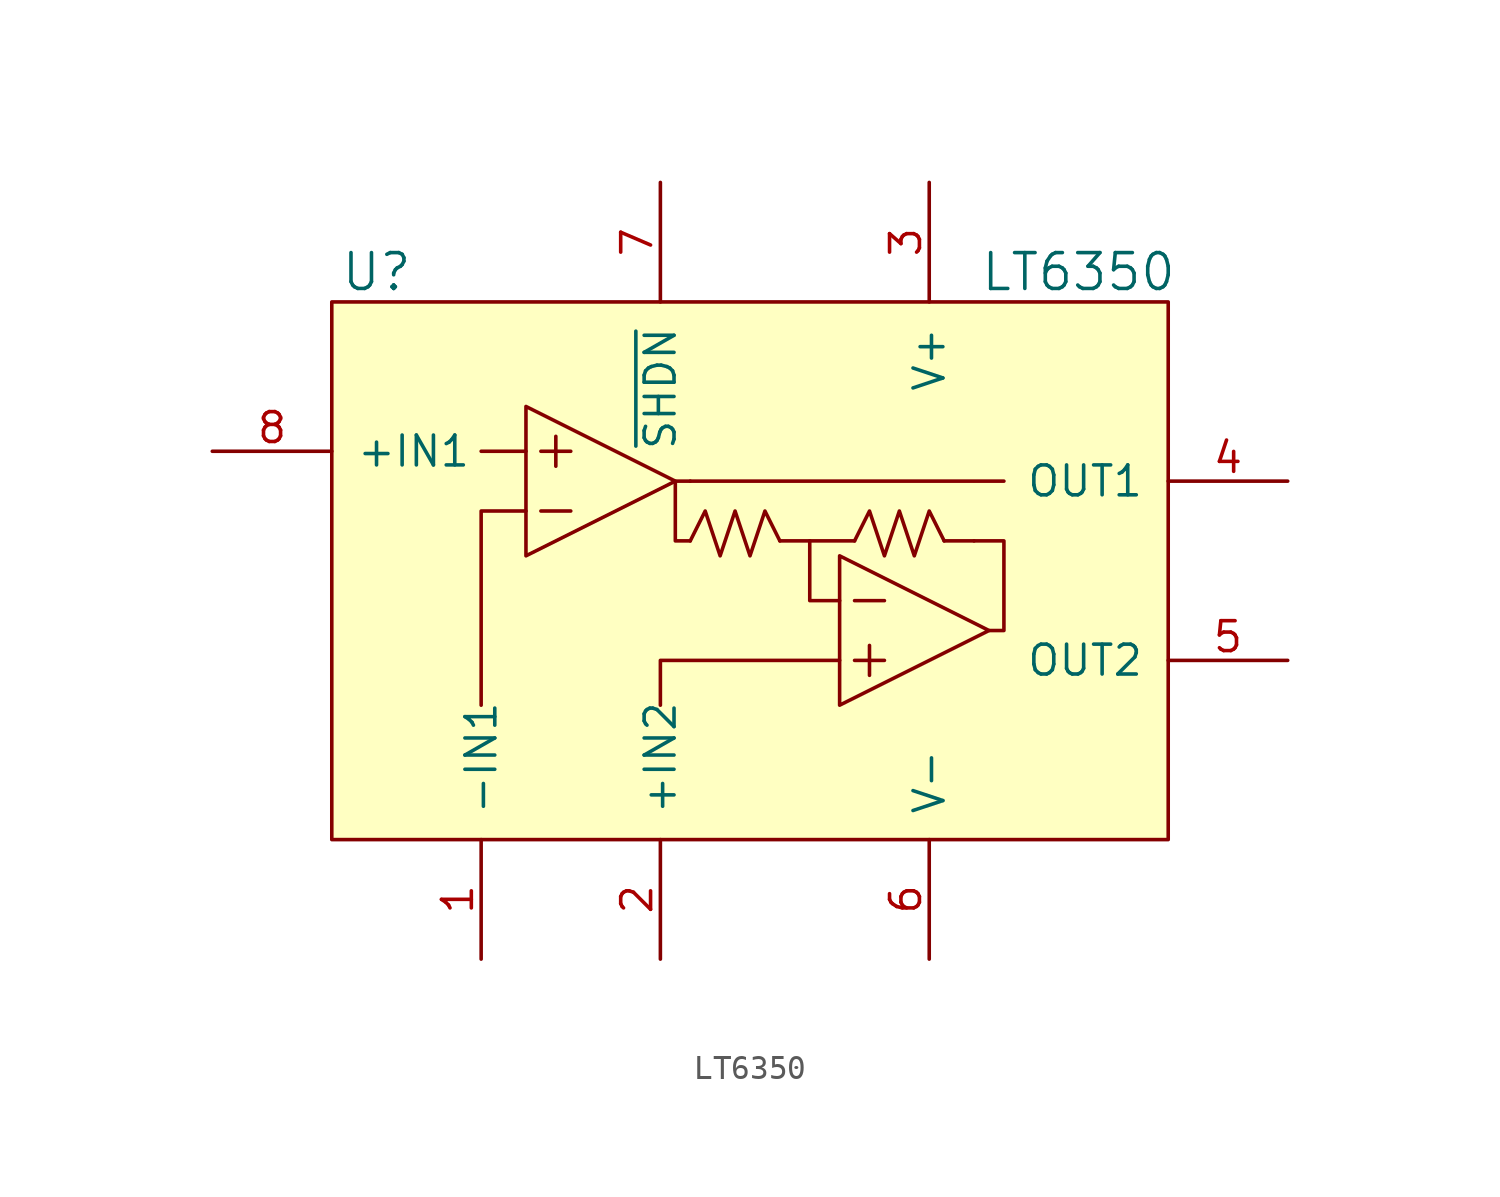
<source format=kicad_sym>
(kicad_symbol_lib
  (version 20220914)
  (generator kicad_symbol_editor)
  (symbol "LT6350"
    (pin_names
      (offset 1.016))
    (property "Reference" "U"
      (at -15.875 12.7 0)
      (effects (font (size 1.524 1.524))))
    (property "Value" "LT6350"
      (at 13.97 12.7 0)
      (effects (font (size 1.524 1.524))))
    (symbol "LT6350_0_1"
      (rectangle (start -17.78 11.43) (end 17.78 -11.43) (stroke (width 0) (type solid)) (fill (type background)))
      (polyline (pts (xy -9.525 5.08) (xy -11.43 5.08)) (stroke (width 0) (type solid)) (fill (type none)))
      (polyline (pts (xy -8.89 2.54) (xy -7.62 2.54)) (stroke (width 0) (type solid)) (fill (type none)))
      (polyline (pts (xy -8.89 5.08) (xy -7.62 5.08)) (stroke (width 0) (type solid)) (fill (type none)))
      (polyline (pts (xy -8.255 5.715) (xy -8.255 4.445)) (stroke (width 0) (type solid)) (fill (type none)))
      (polyline (pts (xy -2.54 3.81) (xy 10.795 3.81)) (stroke (width 0) (type solid)) (fill (type none)))
      (polyline (pts (xy 1.27 1.27) (xy 2.54 1.27)) (stroke (width 0) (type solid)) (fill (type none)))
      (polyline (pts (xy 4.445 -3.81) (xy 5.715 -3.81)) (stroke (width 0) (type solid)) (fill (type none)))
      (polyline (pts (xy 4.445 -1.27) (xy 5.715 -1.27)) (stroke (width 0) (type solid)) (fill (type none)))
      (polyline (pts (xy 4.445 1.27) (xy 2.54 1.27)) (stroke (width 0) (type solid)) (fill (type none)))
      (polyline (pts (xy 5.08 -3.175) (xy 5.08 -4.445)) (stroke (width 0) (type solid)) (fill (type none)))
      (polyline (pts (xy 8.255 1.27) (xy 9.525 1.27)) (stroke (width 0) (type solid)) (fill (type none)))
      (polyline (pts (xy -9.525 2.54) (xy -11.43 2.54) (xy -11.43 -5.715)) (stroke (width 0) (type solid)) (fill (type none)))
      (polyline (pts (xy 3.81 -3.81) (xy -3.81 -3.81) (xy -3.81 -5.715)) (stroke (width 0) (type solid)) (fill (type none)))
      (polyline (pts (xy 3.81 -1.27) (xy 2.54 -1.27) (xy 2.54 1.27)) (stroke (width 0) (type solid)) (fill (type none)))
      (polyline (pts (xy -9.525 6.985) (xy -9.525 0.635) (xy -3.175 3.81) (xy -9.525 6.985)) (stroke (width 0) (type solid)) (fill (type none)))
      (polyline (pts (xy -2.54 1.27) (xy -3.175 1.27) (xy -3.175 3.81) (xy -2.54 3.81)) (stroke (width 0) (type solid)) (fill (type none)))
      (polyline (pts (xy 3.81 0.635) (xy 3.81 -5.715) (xy 10.16 -2.54) (xy 3.81 0.635)) (stroke (width 0) (type solid)) (fill (type none)))
      (polyline (pts (xy 9.525 1.27) (xy 10.795 1.27) (xy 10.795 -2.54) (xy 10.16 -2.54)) (stroke (width 0) (type solid)) (fill (type none)))
      (polyline (pts (xy -2.54 1.27) (xy -1.905 2.54) (xy -1.27 0.635) (xy -0.635 2.54) (xy 0 0.635) (xy 0.635 2.54) (xy 1.27 1.27)) (stroke (width 0) (type solid)) (fill (type none)))
      (polyline (pts (xy 4.445 1.27) (xy 5.08 2.54) (xy 5.715 0.635) (xy 6.35 2.54) (xy 6.985 0.635) (xy 7.62 2.54) (xy 8.255 1.27)) (stroke (width 0) (type solid)) (fill (type none))))
    (symbol "LT6350_1_1"
      (pin input line (at -11.43 -16.51 90) (length 5.08) (name "-IN1" (effects (font (size 1.27 1.27)))) (number "1" (effects (font (size 1.27 1.27)))))
      (pin input line (at -3.81 -16.51 90) (length 5.08) (name "+IN2" (effects (font (size 1.27 1.27)))) (number "2" (effects (font (size 1.27 1.27)))))
      (pin passive line (at 7.62 16.51 270) (length 5.08) (name "V+" (effects (font (size 1.27 1.27)))) (number "3" (effects (font (size 1.27 1.27)))))
      (pin output line (at 22.86 3.81 180) (length 5.08) (name "OUT1" (effects (font (size 1.27 1.27)))) (number "4" (effects (font (size 1.27 1.27)))))
      (pin output line (at 22.86 -3.81 180) (length 5.08) (name "OUT2" (effects (font (size 1.27 1.27)))) (number "5" (effects (font (size 1.27 1.27)))))
      (pin passive line (at 7.62 -16.51 90) (length 5.08) (name "V-" (effects (font (size 1.27 1.27)))) (number "6" (effects (font (size 1.27 1.27)))))
      (pin input line (at -3.81 16.51 270) (length 5.08) (name "~{SHDN}" (effects (font (size 1.27 1.27)))) (number "7" (effects (font (size 1.27 1.27)))))
      (pin input line (at -22.86 5.08 0) (length 5.08) (name "+IN1" (effects (font (size 1.27 1.27)))) (number "8" (effects (font (size 1.27 1.27))))))))
</source>
